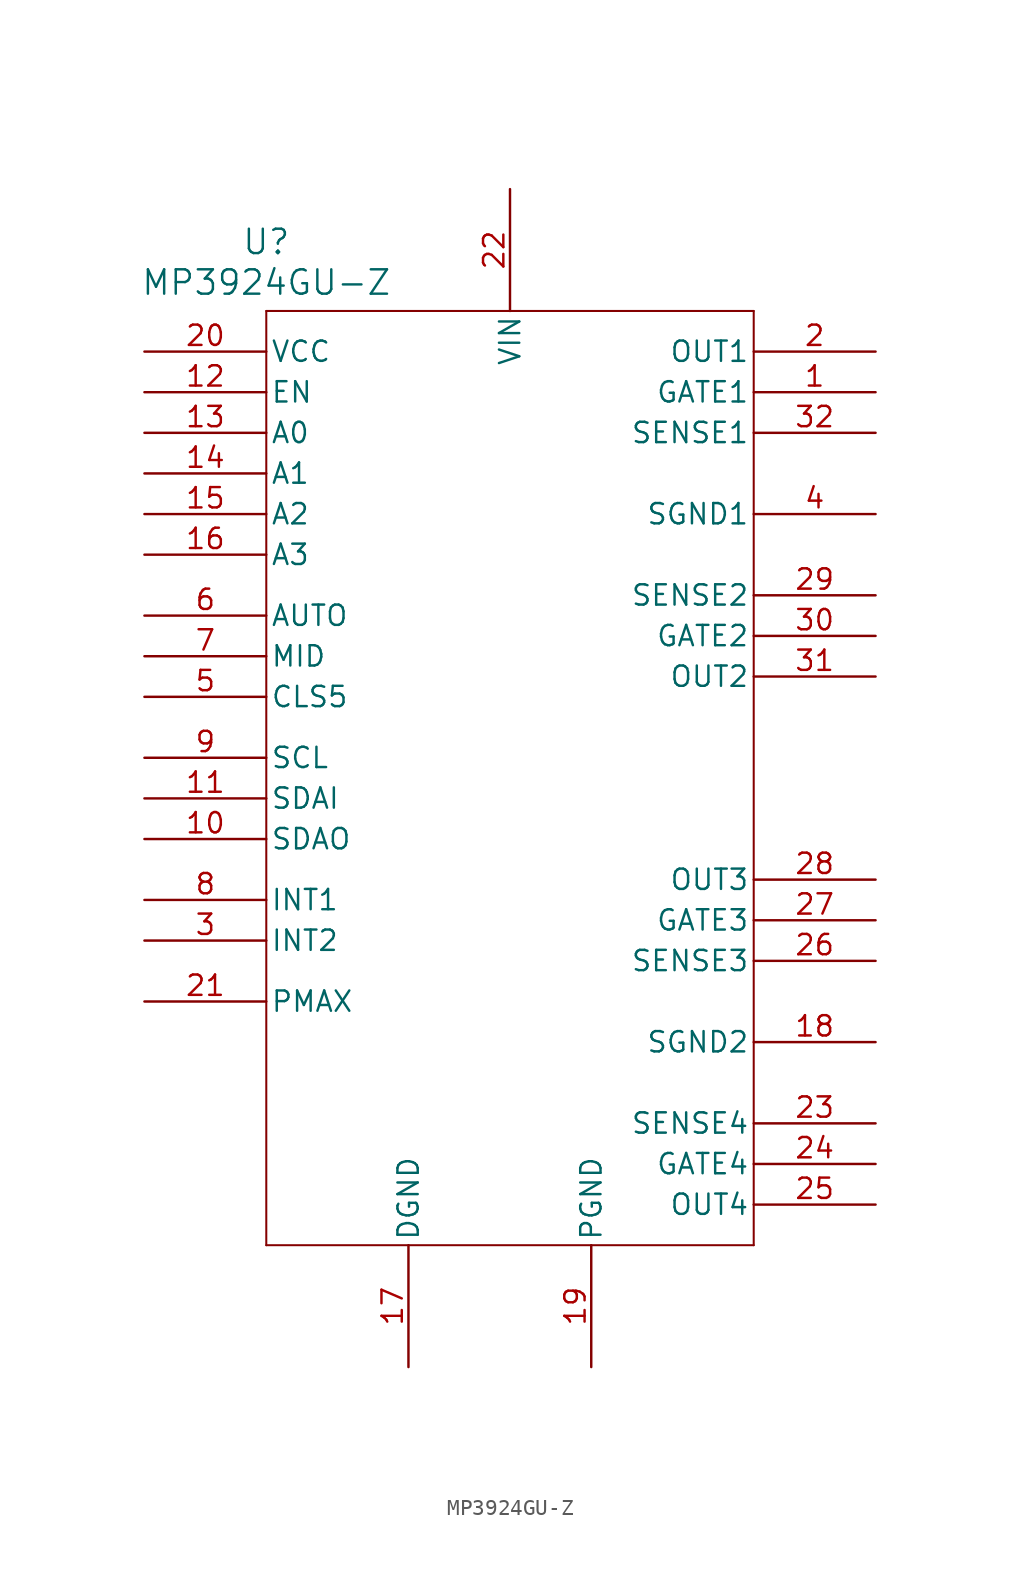
<source format=kicad_sym>
(kicad_symbol_lib
  (version 20241209)
  (generator "kicad_symbol_editor")
  (generator_version "9.0")
  (symbol "MP3924GU-Z"
    (pin_names
      (offset 0.254))
    (property "Reference" "U"
      (at 7.62 9.398 0)
      (effects (font (size 1.524 1.524))))
    (property "Value" "MP3924GU-Z"
      (at 7.62 6.858 0)
      (effects (font (size 1.524 1.524))))
    (property "ki_locked" ""
      (at 0 0 0)
      (effects (font (size 1.27 1.27))))
    (symbol "MP3924GU-Z_0_1"
      (polyline (pts (xy 7.62 5.08) (xy 7.62 -53.34)) (stroke (width 0.127) (type default)) (fill (type none)))
      (polyline (pts (xy 7.62 -53.34) (xy 38.1 -53.34)) (stroke (width 0.127) (type default)) (fill (type none)))
      (polyline (pts (xy 38.1 5.08) (xy 7.62 5.08)) (stroke (width 0.127) (type default)) (fill (type none)))
      (polyline (pts (xy 38.1 -53.34) (xy 38.1 5.08)) (stroke (width 0.127) (type default)) (fill (type none)))
      (pin power_in line (at 0 2.54 0) (length 7.62) (name "VCC" (effects (font (size 1.27 1.27)))) (number "20" (effects (font (size 1.27 1.27)))))
      (pin input line (at 0 0 0) (length 7.62) (name "EN" (effects (font (size 1.27 1.27)))) (number "12" (effects (font (size 1.27 1.27)))))
      (pin unspecified line (at 0 -2.54 0) (length 7.62) (name "A0" (effects (font (size 1.27 1.27)))) (number "13" (effects (font (size 1.27 1.27)))))
      (pin unspecified line (at 0 -5.08 0) (length 7.62) (name "A1" (effects (font (size 1.27 1.27)))) (number "14" (effects (font (size 1.27 1.27)))))
      (pin unspecified line (at 0 -7.62 0) (length 7.62) (name "A2" (effects (font (size 1.27 1.27)))) (number "15" (effects (font (size 1.27 1.27)))))
      (pin unspecified line (at 0 -10.16 0) (length 7.62) (name "A3" (effects (font (size 1.27 1.27)))) (number "16" (effects (font (size 1.27 1.27)))))
      (pin unspecified line (at 0 -13.97 0) (length 7.62) (name "AUTO" (effects (font (size 1.27 1.27)))) (number "6" (effects (font (size 1.27 1.27)))))
      (pin unspecified line (at 0 -16.51 0) (length 7.62) (name "MID" (effects (font (size 1.27 1.27)))) (number "7" (effects (font (size 1.27 1.27)))))
      (pin input line (at 0 -19.05 0) (length 7.62) (name "CLS5" (effects (font (size 1.27 1.27)))) (number "5" (effects (font (size 1.27 1.27)))))
      (pin input line (at 0 -22.86 0) (length 7.62) (name "SCL" (effects (font (size 1.27 1.27)))) (number "9" (effects (font (size 1.27 1.27)))))
      (pin input line (at 0 -25.4 0) (length 7.62) (name "SDAI" (effects (font (size 1.27 1.27)))) (number "11" (effects (font (size 1.27 1.27)))))
      (pin output line (at 0 -27.94 0) (length 7.62) (name "SDAO" (effects (font (size 1.27 1.27)))) (number "10" (effects (font (size 1.27 1.27)))))
      (pin unspecified line (at 0 -31.75 0) (length 7.62) (name "INT1" (effects (font (size 1.27 1.27)))) (number "8" (effects (font (size 1.27 1.27)))))
      (pin unspecified line (at 0 -34.29 0) (length 7.62) (name "INT2" (effects (font (size 1.27 1.27)))) (number "3" (effects (font (size 1.27 1.27)))))
      (pin unspecified line (at 0 -38.1 0) (length 7.62) (name "PMAX" (effects (font (size 1.27 1.27)))) (number "21" (effects (font (size 1.27 1.27)))))
      (pin power_in line (at 16.51 -60.96 90) (length 7.62) (name "DGND" (effects (font (size 1.27 1.27)))) (number "17" (effects (font (size 1.27 1.27)))))
      (pin power_in line (at 22.86 12.7 270) (length 7.62) (name "VIN" (effects (font (size 1.27 1.27)))) (number "22" (effects (font (size 1.27 1.27)))))
      (pin power_in line (at 27.94 -60.96 90) (length 7.62) (name "PGND" (effects (font (size 1.27 1.27)))) (number "19" (effects (font (size 1.27 1.27)))))
      (pin output line (at 45.72 2.54 180) (length 7.62) (name "OUT1" (effects (font (size 1.27 1.27)))) (number "2" (effects (font (size 1.27 1.27)))))
      (pin unspecified line (at 45.72 0 180) (length 7.62) (name "GATE1" (effects (font (size 1.27 1.27)))) (number "1" (effects (font (size 1.27 1.27)))))
      (pin unspecified line (at 45.72 -2.54 180) (length 7.62) (name "SENSE1" (effects (font (size 1.27 1.27)))) (number "32" (effects (font (size 1.27 1.27)))))
      (pin power_in line (at 45.72 -7.62 180) (length 7.62) (name "SGND1" (effects (font (size 1.27 1.27)))) (number "4" (effects (font (size 1.27 1.27)))))
      (pin unspecified line (at 45.72 -12.7 180) (length 7.62) (name "SENSE2" (effects (font (size 1.27 1.27)))) (number "29" (effects (font (size 1.27 1.27)))))
      (pin unspecified line (at 45.72 -15.24 180) (length 7.62) (name "GATE2" (effects (font (size 1.27 1.27)))) (number "30" (effects (font (size 1.27 1.27)))))
      (pin output line (at 45.72 -17.78 180) (length 7.62) (name "OUT2" (effects (font (size 1.27 1.27)))) (number "31" (effects (font (size 1.27 1.27)))))
      (pin output line (at 45.72 -30.48 180) (length 7.62) (name "OUT3" (effects (font (size 1.27 1.27)))) (number "28" (effects (font (size 1.27 1.27)))))
      (pin unspecified line (at 45.72 -33.02 180) (length 7.62) (name "GATE3" (effects (font (size 1.27 1.27)))) (number "27" (effects (font (size 1.27 1.27)))))
      (pin unspecified line (at 45.72 -35.56 180) (length 7.62) (name "SENSE3" (effects (font (size 1.27 1.27)))) (number "26" (effects (font (size 1.27 1.27)))))
      (pin power_in line (at 45.72 -40.64 180) (length 7.62) (name "SGND2" (effects (font (size 1.27 1.27)))) (number "18" (effects (font (size 1.27 1.27)))))
      (pin unspecified line (at 45.72 -48.26 180) (length 7.62) (name "GATE4" (effects (font (size 1.27 1.27)))) (number "24" (effects (font (size 1.27 1.27)))))
      (pin output line (at 45.72 -50.8 180) (length 7.62) (name "OUT4" (effects (font (size 1.27 1.27)))) (number "25" (effects (font (size 1.27 1.27))))))
    (symbol "MP3924GU-Z_1_1"
      (pin unspecified line (at 45.72 -45.72 180) (length 7.62) (name "SENSE4" (effects (font (size 1.27 1.27)))) (number "23" (effects (font (size 1.27 1.27))))))))
</source>
